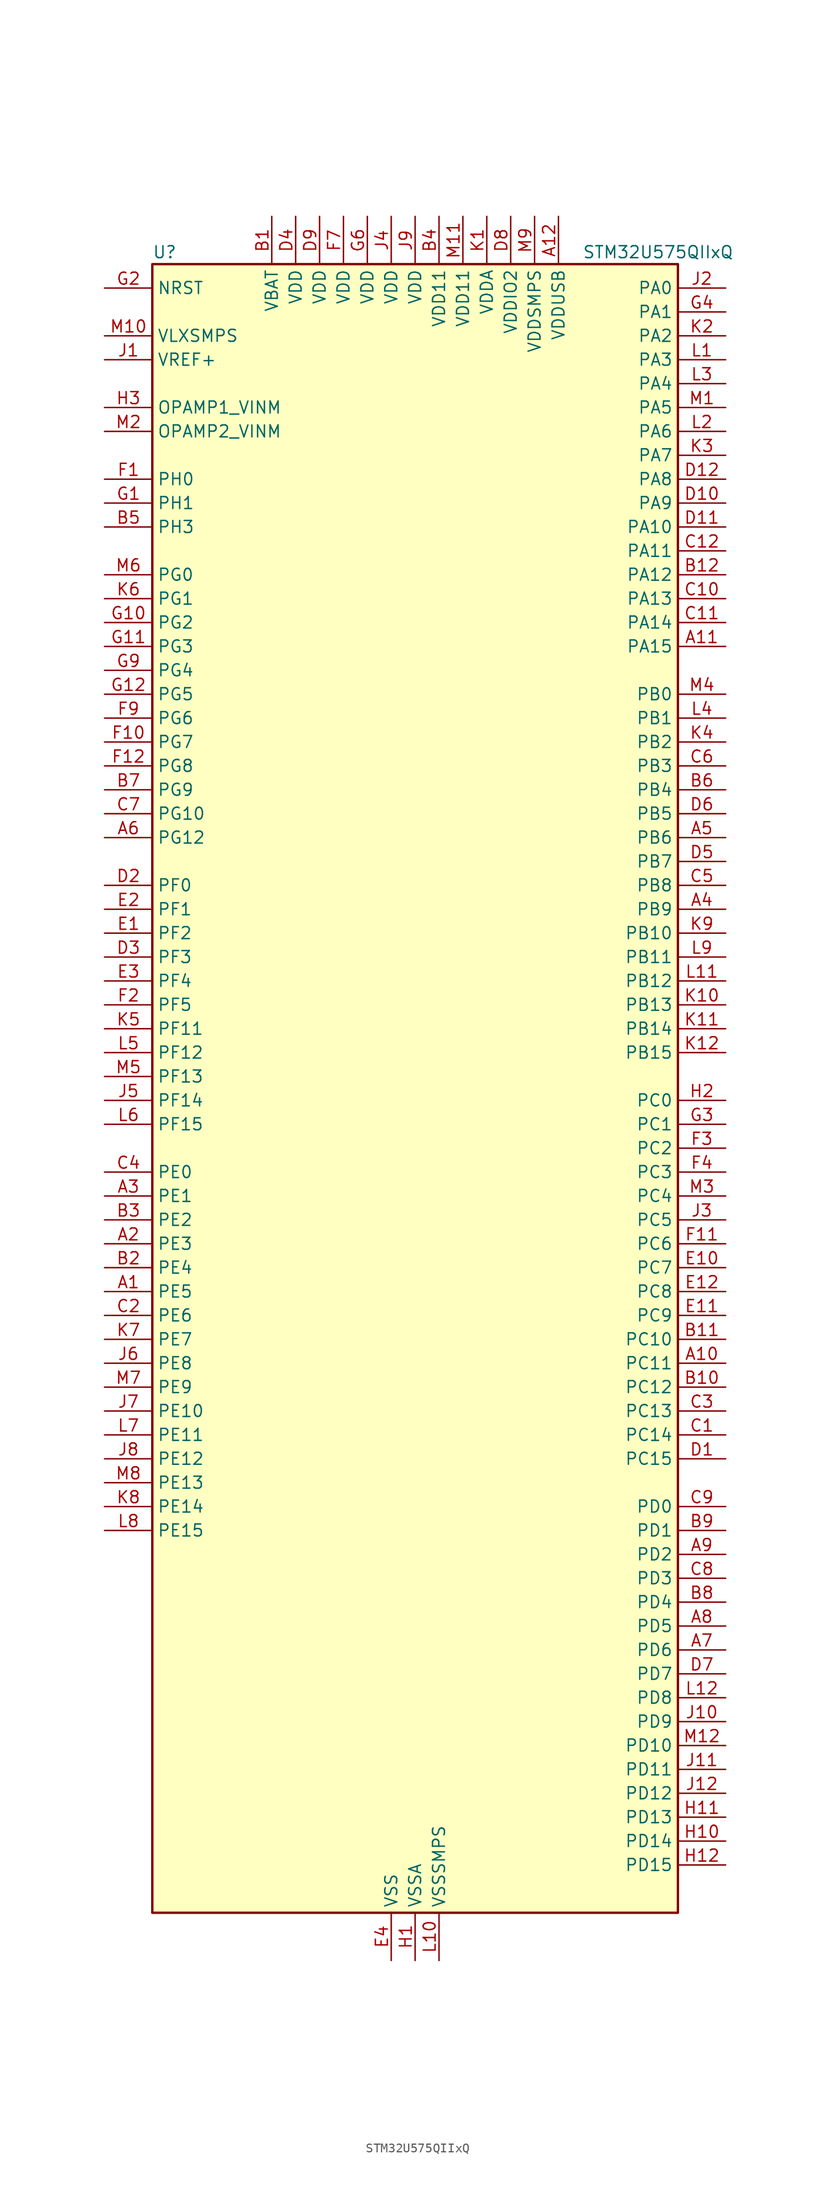
<source format=kicad_sym>
(kicad_symbol_lib
  (version 20211014)
  (generator kicad-library-utils)
  (symbol "STM32U575QIIxQ"
    (property "Reference" "U"
      (at -27.94 90.17 0)
      (effects (font (size 1.27 1.27)) (justify left)))
    (property "Value" "STM32U575QIIxQ"
      (at 17.78 90.17 0)
      (effects (font (size 1.27 1.27)) (justify left)))
    (property "ki_fp_filters" "*UFBGA*7x7mm*Layout12x12*P0.5mm*"
      (at 0.0 0.0 0.0)
      (effects (font (size 1.27 1.27))))
    (symbol "STM32U575QIIxQ_0_1"
      (rectangle (start -27.94 -86.36) (end 27.94 88.9) (stroke (width 0.254)) (fill (type background))))
    (symbol "STM32U575QIIxQ_1_1"
      (pin input line (at -33.02 86.36 0) (length 5.08) (name "NRST" (effects (font (size 1.27 1.27)))) (number "G2" (effects (font (size 1.27 1.27)))))
      (pin power_in line (at -33.02 81.28 0) (length 5.08) (name "VLXSMPS" (effects (font (size 1.27 1.27)))) (number "M10" (effects (font (size 1.27 1.27)))))
      (pin input line (at -33.02 78.74 0) (length 5.08) (name "VREF+" (effects (font (size 1.27 1.27)))) (number "J1" (effects (font (size 1.27 1.27)))) (alternate "VREFBUF_OUT" bidirectional line))
      (pin bidirectional line (at -33.02 73.66 0) (length 5.08) (name "OPAMP1_VINM" (effects (font (size 1.27 1.27)))) (number "H3" (effects (font (size 1.27 1.27)))) (alternate "OPAMP1_VINM" bidirectional line))
      (pin bidirectional line (at -33.02 71.12 0) (length 5.08) (name "OPAMP2_VINM" (effects (font (size 1.27 1.27)))) (number "M2" (effects (font (size 1.27 1.27)))) (alternate "OPAMP2_VINM" bidirectional line))
      (pin bidirectional line (at -33.02 66.04 0) (length 5.08) (name "PH0" (effects (font (size 1.27 1.27)))) (number "F1" (effects (font (size 1.27 1.27)))) (alternate "RCC_OSC_IN" bidirectional line))
      (pin bidirectional line (at -33.02 63.5 0) (length 5.08) (name "PH1" (effects (font (size 1.27 1.27)))) (number "G1" (effects (font (size 1.27 1.27)))) (alternate "RCC_OSC_OUT" bidirectional line))
      (pin bidirectional line (at -33.02 60.96 0) (length 5.08) (name "PH3" (effects (font (size 1.27 1.27)))) (number "B5" (effects (font (size 1.27 1.27)))))
      (pin bidirectional line (at -33.02 55.88 0) (length 5.08) (name "PG0" (effects (font (size 1.27 1.27)))) (number "M6" (effects (font (size 1.27 1.27)))) (alternate "ADC4_IN7" bidirectional line) (alternate "FMC_A10" bidirectional line) (alternate "OCTOSPIM_P2_IO4" bidirectional line) (alternate "TSC_G8_IO3" bidirectional line))
      (pin bidirectional line (at -33.02 53.34 0) (length 5.08) (name "PG1" (effects (font (size 1.27 1.27)))) (number "K6" (effects (font (size 1.27 1.27)))) (alternate "ADC4_IN8" bidirectional line) (alternate "FMC_A11" bidirectional line) (alternate "OCTOSPIM_P2_IO5" bidirectional line) (alternate "TSC_G8_IO4" bidirectional line))
      (pin bidirectional line (at -33.02 50.8 0) (length 5.08) (name "PG2" (effects (font (size 1.27 1.27)))) (number "G10" (effects (font (size 1.27 1.27)))) (alternate "FMC_A12" bidirectional line) (alternate "SAI2_SCK_B" bidirectional line) (alternate "SPI1_SCK" bidirectional line))
      (pin bidirectional line (at -33.02 48.26 0) (length 5.08) (name "PG3" (effects (font (size 1.27 1.27)))) (number "G11" (effects (font (size 1.27 1.27)))) (alternate "FMC_A13" bidirectional line) (alternate "SAI2_FS_B" bidirectional line) (alternate "SPI1_MISO" bidirectional line))
      (pin bidirectional line (at -33.02 45.72 0) (length 5.08) (name "PG4" (effects (font (size 1.27 1.27)))) (number "G9" (effects (font (size 1.27 1.27)))) (alternate "FMC_A14" bidirectional line) (alternate "SAI2_MCLK_B" bidirectional line) (alternate "SPI1_MOSI" bidirectional line))
      (pin bidirectional line (at -33.02 43.18 0) (length 5.08) (name "PG5" (effects (font (size 1.27 1.27)))) (number "G12" (effects (font (size 1.27 1.27)))) (alternate "FMC_A15" bidirectional line) (alternate "LPUART1_CTS" bidirectional line) (alternate "SAI2_SD_B" bidirectional line) (alternate "SPI1_NSS" bidirectional line))
      (pin bidirectional line (at -33.02 40.64 0) (length 5.08) (name "PG6" (effects (font (size 1.27 1.27)))) (number "F9" (effects (font (size 1.27 1.27)))) (alternate "I2C3_SMBA" bidirectional line) (alternate "LPUART1_DE" bidirectional line) (alternate "LPUART1_RTS" bidirectional line) (alternate "OCTOSPIM_P1_DQS" bidirectional line) (alternate "SPI1_RDY" bidirectional line) (alternate "UCPD1_FRSTX1" bidirectional line))
      (pin bidirectional line (at -33.02 38.1 0) (length 5.08) (name "PG7" (effects (font (size 1.27 1.27)))) (number "F10" (effects (font (size 1.27 1.27)))) (alternate "FMC_INT" bidirectional line) (alternate "I2C3_SCL" bidirectional line) (alternate "LPUART1_TX" bidirectional line) (alternate "MDF1_CCK0" bidirectional line) (alternate "OCTOSPIM_P2_DQS" bidirectional line) (alternate "SAI1_CK1" bidirectional line) (alternate "SAI1_MCLK_A" bidirectional line) (alternate "UCPD1_FRSTX2" bidirectional line))
      (pin bidirectional line (at -33.02 35.56 0) (length 5.08) (name "PG8" (effects (font (size 1.27 1.27)))) (number "F12" (effects (font (size 1.27 1.27)))) (alternate "I2C3_SDA" bidirectional line) (alternate "LPUART1_RX" bidirectional line))
      (pin bidirectional line (at -33.02 33.02 0) (length 5.08) (name "PG9" (effects (font (size 1.27 1.27)))) (number "B7" (effects (font (size 1.27 1.27)))) (alternate "DAC1_EXTI9" bidirectional line) (alternate "FMC_NCE" bidirectional line) (alternate "FMC_NE2" bidirectional line) (alternate "OCTOSPIM_P2_IO6" bidirectional line) (alternate "SAI2_SCK_A" bidirectional line) (alternate "SPI3_SCK" bidirectional line) (alternate "TIM15_CH1N" bidirectional line) (alternate "USART1_TX" bidirectional line))
      (pin bidirectional line (at -33.02 30.48 0) (length 5.08) (name "PG10" (effects (font (size 1.27 1.27)))) (number "C7" (effects (font (size 1.27 1.27)))) (alternate "FMC_NE3" bidirectional line) (alternate "LPTIM1_IN1" bidirectional line) (alternate "OCTOSPIM_P2_IO7" bidirectional line) (alternate "SAI2_FS_A" bidirectional line) (alternate "SPI3_MISO" bidirectional line) (alternate "TIM15_CH1" bidirectional line) (alternate "USART1_RX" bidirectional line))
      (pin bidirectional line (at -33.02 27.94 0) (length 5.08) (name "PG12" (effects (font (size 1.27 1.27)))) (number "A6" (effects (font (size 1.27 1.27)))) (alternate "FMC_NE4" bidirectional line) (alternate "LPTIM1_ETR" bidirectional line) (alternate "OCTOSPIM_P2_NCS" bidirectional line) (alternate "SAI2_SD_A" bidirectional line) (alternate "SPI3_NSS" bidirectional line) (alternate "USART1_DE" bidirectional line) (alternate "USART1_RTS" bidirectional line))
      (pin bidirectional line (at -33.02 22.86 0) (length 5.08) (name "PF0" (effects (font (size 1.27 1.27)))) (number "D2" (effects (font (size 1.27 1.27)))) (alternate "FMC_A0" bidirectional line) (alternate "I2C2_SDA" bidirectional line) (alternate "OCTOSPIM_P2_IO0" bidirectional line))
      (pin bidirectional line (at -33.02 20.32 0) (length 5.08) (name "PF1" (effects (font (size 1.27 1.27)))) (number "E2" (effects (font (size 1.27 1.27)))) (alternate "FMC_A1" bidirectional line) (alternate "I2C2_SCL" bidirectional line) (alternate "OCTOSPIM_P2_IO1" bidirectional line))
      (pin bidirectional line (at -33.02 17.78 0) (length 5.08) (name "PF2" (effects (font (size 1.27 1.27)))) (number "E1" (effects (font (size 1.27 1.27)))) (alternate "FMC_A2" bidirectional line) (alternate "I2C2_SMBA" bidirectional line) (alternate "LPTIM3_CH2" bidirectional line) (alternate "OCTOSPIM_P2_IO2" bidirectional line) (alternate "PWR_WKUP8" bidirectional line))
      (pin bidirectional line (at -33.02 15.24 0) (length 5.08) (name "PF3" (effects (font (size 1.27 1.27)))) (number "D3" (effects (font (size 1.27 1.27)))) (alternate "FMC_A3" bidirectional line) (alternate "LPTIM3_IN1" bidirectional line) (alternate "OCTOSPIM_P2_IO3" bidirectional line))
      (pin bidirectional line (at -33.02 12.7 0) (length 5.08) (name "PF4" (effects (font (size 1.27 1.27)))) (number "E3" (effects (font (size 1.27 1.27)))) (alternate "FMC_A4" bidirectional line) (alternate "LPTIM3_ETR" bidirectional line) (alternate "OCTOSPIM_P2_CLK" bidirectional line))
      (pin bidirectional line (at -33.02 10.16 0) (length 5.08) (name "PF5" (effects (font (size 1.27 1.27)))) (number "F2" (effects (font (size 1.27 1.27)))) (alternate "FMC_A5" bidirectional line) (alternate "LPTIM3_CH1" bidirectional line) (alternate "OCTOSPIM_P2_NCLK" bidirectional line))
      (pin bidirectional line (at -33.02 7.62 0) (length 5.08) (name "PF11" (effects (font (size 1.27 1.27)))) (number "K5" (effects (font (size 1.27 1.27)))) (alternate "ADC1_EXTI11" bidirectional line) (alternate "DCMI_D12" bidirectional line) (alternate "LPTIM4_IN1" bidirectional line) (alternate "OCTOSPIM_P1_NCLK" bidirectional line) (alternate "PSSI_D12" bidirectional line))
      (pin bidirectional line (at -33.02 5.08 0) (length 5.08) (name "PF12" (effects (font (size 1.27 1.27)))) (number "L5" (effects (font (size 1.27 1.27)))) (alternate "FMC_A6" bidirectional line) (alternate "LPTIM4_ETR" bidirectional line) (alternate "OCTOSPIM_P2_DQS" bidirectional line))
      (pin bidirectional line (at -33.02 2.54 0) (length 5.08) (name "PF13" (effects (font (size 1.27 1.27)))) (number "M5" (effects (font (size 1.27 1.27)))) (alternate "FMC_A7" bidirectional line) (alternate "I2C4_SMBA" bidirectional line) (alternate "LPTIM4_OUT" bidirectional line) (alternate "UCPD1_FRSTX2" bidirectional line))
      (pin bidirectional line (at -33.02 0.0 0) (length 5.08) (name "PF14" (effects (font (size 1.27 1.27)))) (number "J5" (effects (font (size 1.27 1.27)))) (alternate "ADC4_IN5" bidirectional line) (alternate "FMC_A8" bidirectional line) (alternate "I2C4_SCL" bidirectional line) (alternate "TSC_G8_IO1" bidirectional line))
      (pin bidirectional line (at -33.02 -2.54 0) (length 5.08) (name "PF15" (effects (font (size 1.27 1.27)))) (number "L6" (effects (font (size 1.27 1.27)))) (alternate "ADC1_EXTI15" bidirectional line) (alternate "ADC4_EXTI15" bidirectional line) (alternate "ADC4_IN6" bidirectional line) (alternate "FMC_A9" bidirectional line) (alternate "I2C4_SDA" bidirectional line) (alternate "TSC_G8_IO2" bidirectional line))
      (pin bidirectional line (at -33.02 -7.62 0) (length 5.08) (name "PE0" (effects (font (size 1.27 1.27)))) (number "C4" (effects (font (size 1.27 1.27)))) (alternate "DCMI_D2" bidirectional line) (alternate "FMC_NBL0" bidirectional line) (alternate "PSSI_D2" bidirectional line) (alternate "TIM16_CH1" bidirectional line) (alternate "TIM4_ETR" bidirectional line))
      (pin bidirectional line (at -33.02 -10.16 0) (length 5.08) (name "PE1" (effects (font (size 1.27 1.27)))) (number "A3" (effects (font (size 1.27 1.27)))) (alternate "DCMI_D3" bidirectional line) (alternate "FMC_NBL1" bidirectional line) (alternate "PSSI_D3" bidirectional line) (alternate "TIM17_CH1" bidirectional line))
      (pin bidirectional line (at -33.02 -12.7 0) (length 5.08) (name "PE2" (effects (font (size 1.27 1.27)))) (number "B3" (effects (font (size 1.27 1.27)))) (alternate "DEBUG_TRACECLK" bidirectional line) (alternate "FMC_A23" bidirectional line) (alternate "SAI1_CK1" bidirectional line) (alternate "SAI1_MCLK_A" bidirectional line) (alternate "TIM3_ETR" bidirectional line) (alternate "TSC_G7_IO1" bidirectional line))
      (pin bidirectional line (at -33.02 -15.24 0) (length 5.08) (name "PE3" (effects (font (size 1.27 1.27)))) (number "A2" (effects (font (size 1.27 1.27)))) (alternate "DEBUG_TRACED0" bidirectional line) (alternate "FMC_A19" bidirectional line) (alternate "OCTOSPIM_P1_DQS" bidirectional line) (alternate "SAI1_SD_B" bidirectional line) (alternate "TAMP_IN6" bidirectional line) (alternate "TAMP_OUT3" bidirectional line) (alternate "TIM3_CH1" bidirectional line) (alternate "TSC_G7_IO2" bidirectional line))
      (pin bidirectional line (at -33.02 -17.78 0) (length 5.08) (name "PE4" (effects (font (size 1.27 1.27)))) (number "B2" (effects (font (size 1.27 1.27)))) (alternate "DCMI_D4" bidirectional line) (alternate "DEBUG_TRACED1" bidirectional line) (alternate "FMC_A20" bidirectional line) (alternate "MDF1_SDI3" bidirectional line) (alternate "PSSI_D4" bidirectional line) (alternate "PWR_WKUP1" bidirectional line) (alternate "SAI1_D2" bidirectional line) (alternate "SAI1_FS_A" bidirectional line) (alternate "TAMP_IN7" bidirectional line) (alternate "TAMP_OUT8" bidirectional line) (alternate "TIM3_CH2" bidirectional line) (alternate "TSC_G7_IO3" bidirectional line))
      (pin bidirectional line (at -33.02 -20.32 0) (length 5.08) (name "PE5" (effects (font (size 1.27 1.27)))) (number "A1" (effects (font (size 1.27 1.27)))) (alternate "DCMI_D6" bidirectional line) (alternate "DEBUG_TRACED2" bidirectional line) (alternate "FMC_A21" bidirectional line) (alternate "MDF1_CKI3" bidirectional line) (alternate "PSSI_D6" bidirectional line) (alternate "PWR_WKUP2" bidirectional line) (alternate "SAI1_CK2" bidirectional line) (alternate "SAI1_SCK_A" bidirectional line) (alternate "TAMP_IN8" bidirectional line) (alternate "TAMP_OUT7" bidirectional line) (alternate "TIM3_CH3" bidirectional line) (alternate "TSC_G7_IO4" bidirectional line))
      (pin bidirectional line (at -33.02 -22.86 0) (length 5.08) (name "PE6" (effects (font (size 1.27 1.27)))) (number "C2" (effects (font (size 1.27 1.27)))) (alternate "DCMI_D7" bidirectional line) (alternate "DEBUG_TRACED3" bidirectional line) (alternate "FMC_A22" bidirectional line) (alternate "PSSI_D7" bidirectional line) (alternate "PWR_WKUP3" bidirectional line) (alternate "SAI1_D1" bidirectional line) (alternate "SAI1_SD_A" bidirectional line) (alternate "TAMP_IN3" bidirectional line) (alternate "TAMP_OUT6" bidirectional line) (alternate "TIM3_CH4" bidirectional line))
      (pin bidirectional line (at -33.02 -25.4 0) (length 5.08) (name "PE7" (effects (font (size 1.27 1.27)))) (number "K7" (effects (font (size 1.27 1.27)))) (alternate "FMC_D4" bidirectional line) (alternate "FMC_DA4" bidirectional line) (alternate "MDF1_SDI2" bidirectional line) (alternate "PWR_WKUP6" bidirectional line) (alternate "SAI1_SD_B" bidirectional line) (alternate "TIM1_ETR" bidirectional line))
      (pin bidirectional line (at -33.02 -27.94 0) (length 5.08) (name "PE8" (effects (font (size 1.27 1.27)))) (number "J6" (effects (font (size 1.27 1.27)))) (alternate "FMC_D5" bidirectional line) (alternate "FMC_DA5" bidirectional line) (alternate "MDF1_CKI2" bidirectional line) (alternate "PWR_WKUP7" bidirectional line) (alternate "SAI1_SCK_B" bidirectional line) (alternate "TIM1_CH1N" bidirectional line))
      (pin bidirectional line (at -33.02 -30.48 0) (length 5.08) (name "PE9" (effects (font (size 1.27 1.27)))) (number "M7" (effects (font (size 1.27 1.27)))) (alternate "ADF1_CCK0" bidirectional line) (alternate "DAC1_EXTI9" bidirectional line) (alternate "FMC_D6" bidirectional line) (alternate "FMC_DA6" bidirectional line) (alternate "MDF1_CCK0" bidirectional line) (alternate "OCTOSPIM_P1_NCLK" bidirectional line) (alternate "SAI1_FS_B" bidirectional line) (alternate "TIM1_CH1" bidirectional line))
      (pin bidirectional line (at -33.02 -33.02 0) (length 5.08) (name "PE10" (effects (font (size 1.27 1.27)))) (number "J7" (effects (font (size 1.27 1.27)))) (alternate "ADF1_SDI0" bidirectional line) (alternate "FMC_D7" bidirectional line) (alternate "FMC_DA7" bidirectional line) (alternate "MDF1_SDI4" bidirectional line) (alternate "OCTOSPIM_P1_CLK" bidirectional line) (alternate "SAI1_MCLK_B" bidirectional line) (alternate "TIM1_CH2N" bidirectional line) (alternate "TSC_G5_IO1" bidirectional line))
      (pin bidirectional line (at -33.02 -35.56 0) (length 5.08) (name "PE11" (effects (font (size 1.27 1.27)))) (number "L7" (effects (font (size 1.27 1.27)))) (alternate "ADC1_EXTI11" bidirectional line) (alternate "FMC_D8" bidirectional line) (alternate "FMC_DA8" bidirectional line) (alternate "MDF1_CKI4" bidirectional line) (alternate "OCTOSPIM_P1_NCS" bidirectional line) (alternate "SPI1_RDY" bidirectional line) (alternate "TIM1_CH2" bidirectional line) (alternate "TSC_G5_IO2" bidirectional line))
      (pin bidirectional line (at -33.02 -38.1 0) (length 5.08) (name "PE12" (effects (font (size 1.27 1.27)))) (number "J8" (effects (font (size 1.27 1.27)))) (alternate "FMC_D9" bidirectional line) (alternate "FMC_DA9" bidirectional line) (alternate "MDF1_SDI5" bidirectional line) (alternate "OCTOSPIM_P1_IO0" bidirectional line) (alternate "SPI1_NSS" bidirectional line) (alternate "TIM1_CH3N" bidirectional line) (alternate "TSC_G5_IO3" bidirectional line))
      (pin bidirectional line (at -33.02 -40.64 0) (length 5.08) (name "PE13" (effects (font (size 1.27 1.27)))) (number "M8" (effects (font (size 1.27 1.27)))) (alternate "FMC_D10" bidirectional line) (alternate "FMC_DA10" bidirectional line) (alternate "MDF1_CKI5" bidirectional line) (alternate "OCTOSPIM_P1_IO1" bidirectional line) (alternate "SPI1_SCK" bidirectional line) (alternate "TIM1_CH3" bidirectional line) (alternate "TSC_G5_IO4" bidirectional line))
      (pin bidirectional line (at -33.02 -43.18 0) (length 5.08) (name "PE14" (effects (font (size 1.27 1.27)))) (number "K8" (effects (font (size 1.27 1.27)))) (alternate "FMC_D11" bidirectional line) (alternate "FMC_DA11" bidirectional line) (alternate "OCTOSPIM_P1_IO2" bidirectional line) (alternate "SPI1_MISO" bidirectional line) (alternate "TIM1_BKIN2" bidirectional line) (alternate "TIM1_CH4" bidirectional line))
      (pin bidirectional line (at -33.02 -45.72 0) (length 5.08) (name "PE15" (effects (font (size 1.27 1.27)))) (number "L8" (effects (font (size 1.27 1.27)))) (alternate "ADC1_EXTI15" bidirectional line) (alternate "ADC4_EXTI15" bidirectional line) (alternate "FMC_D12" bidirectional line) (alternate "FMC_DA12" bidirectional line) (alternate "OCTOSPIM_P1_IO3" bidirectional line) (alternate "SPI1_MOSI" bidirectional line) (alternate "TIM1_BKIN" bidirectional line) (alternate "TIM1_CH4N" bidirectional line))
      (pin bidirectional line (at 33.02 86.36 180) (length 5.08) (name "PA0" (effects (font (size 1.27 1.27)))) (number "J2" (effects (font (size 1.27 1.27)))) (alternate "ADC1_IN5" bidirectional line) (alternate "AUDIOCLK" bidirectional line) (alternate "OCTOSPIM_P2_NCS" bidirectional line) (alternate "OPAMP1_VINP" bidirectional line) (alternate "PWR_WKUP1" bidirectional line) (alternate "SDMMC2_CMD" bidirectional line) (alternate "SPI3_RDY" bidirectional line) (alternate "TAMP_IN2" bidirectional line) (alternate "TAMP_OUT1" bidirectional line) (alternate "TIM2_CH1" bidirectional line) (alternate "TIM2_ETR" bidirectional line) (alternate "TIM5_CH1" bidirectional line) (alternate "TIM8_ETR" bidirectional line) (alternate "UART4_TX" bidirectional line) (alternate "USART2_CTS" bidirectional line))
      (pin bidirectional line (at 33.02 83.82 180) (length 5.08) (name "PA1" (effects (font (size 1.27 1.27)))) (number "G4" (effects (font (size 1.27 1.27)))) (alternate "ADC1_IN6" bidirectional line) (alternate "I2C1_SMBA" bidirectional line) (alternate "LPTIM1_CH2" bidirectional line) (alternate "OCTOSPIM_P1_DQS" bidirectional line) (alternate "OPAMP1_VINM" bidirectional line) (alternate "PWR_WKUP3" bidirectional line) (alternate "SPI1_SCK" bidirectional line) (alternate "TAMP_IN5" bidirectional line) (alternate "TAMP_OUT4" bidirectional line) (alternate "TIM15_CH1N" bidirectional line) (alternate "TIM2_CH2" bidirectional line) (alternate "TIM5_CH2" bidirectional line) (alternate "UART4_RX" bidirectional line) (alternate "USART2_DE" bidirectional line) (alternate "USART2_RTS" bidirectional line))
      (pin bidirectional line (at 33.02 81.28 180) (length 5.08) (name "PA2" (effects (font (size 1.27 1.27)))) (number "K2" (effects (font (size 1.27 1.27)))) (alternate "ADC1_IN7" bidirectional line) (alternate "COMP1_INP" bidirectional line) (alternate "LPUART1_TX" bidirectional line) (alternate "OCTOSPIM_P1_NCS" bidirectional line) (alternate "PWR_WKUP4" bidirectional line) (alternate "RCC_LSCO" bidirectional line) (alternate "SPI1_RDY" bidirectional line) (alternate "TIM15_CH1" bidirectional line) (alternate "TIM2_CH3" bidirectional line) (alternate "TIM5_CH3" bidirectional line) (alternate "UCPD1_FRSTX1" bidirectional line) (alternate "USART2_TX" bidirectional line))
      (pin bidirectional line (at 33.02 78.74 180) (length 5.08) (name "PA3" (effects (font (size 1.27 1.27)))) (number "L1" (effects (font (size 1.27 1.27)))) (alternate "ADC1_IN8" bidirectional line) (alternate "LPUART1_RX" bidirectional line) (alternate "OCTOSPIM_P1_CLK" bidirectional line) (alternate "OPAMP1_VOUT" bidirectional line) (alternate "PWR_WKUP5" bidirectional line) (alternate "SAI1_CK1" bidirectional line) (alternate "SAI1_MCLK_A" bidirectional line) (alternate "TIM15_CH2" bidirectional line) (alternate "TIM2_CH4" bidirectional line) (alternate "TIM5_CH4" bidirectional line) (alternate "USART2_RX" bidirectional line))
      (pin bidirectional line (at 33.02 76.2 180) (length 5.08) (name "PA4" (effects (font (size 1.27 1.27)))) (number "L3" (effects (font (size 1.27 1.27)))) (alternate "ADC1_IN9" bidirectional line) (alternate "ADC4_IN9" bidirectional line) (alternate "DAC1_OUT1" bidirectional line) (alternate "DCMI_HSYNC" bidirectional line) (alternate "LPTIM2_CH1" bidirectional line) (alternate "OCTOSPIM_P1_NCS" bidirectional line) (alternate "PSSI_DE" bidirectional line) (alternate "PWR_WKUP2" bidirectional line) (alternate "SAI1_FS_B" bidirectional line) (alternate "SPI1_NSS" bidirectional line) (alternate "SPI3_NSS" bidirectional line) (alternate "USART2_CK" bidirectional line))
      (pin bidirectional line (at 33.02 73.66 180) (length 5.08) (name "PA5" (effects (font (size 1.27 1.27)))) (number "M1" (effects (font (size 1.27 1.27)))) (alternate "ADC1_IN10" bidirectional line) (alternate "ADC4_IN10" bidirectional line) (alternate "DAC1_OUT2" bidirectional line) (alternate "LPTIM2_ETR" bidirectional line) (alternate "PSSI_D14" bidirectional line) (alternate "PWR_CSLEEP" bidirectional line) (alternate "PWR_WKUP6" bidirectional line) (alternate "SPI1_SCK" bidirectional line) (alternate "TIM2_CH1" bidirectional line) (alternate "TIM2_ETR" bidirectional line) (alternate "TIM8_CH1N" bidirectional line) (alternate "USART3_RX" bidirectional line))
      (pin bidirectional line (at 33.02 71.12 180) (length 5.08) (name "PA6" (effects (font (size 1.27 1.27)))) (number "L2" (effects (font (size 1.27 1.27)))) (alternate "ADC1_IN11" bidirectional line) (alternate "ADC4_IN11" bidirectional line) (alternate "DCMI_PIXCLK" bidirectional line) (alternate "LPUART1_CTS" bidirectional line) (alternate "OCTOSPIM_P1_IO3" bidirectional line) (alternate "OPAMP2_VINP" bidirectional line) (alternate "PSSI_PDCK" bidirectional line) (alternate "PWR_CDSTOP" bidirectional line) (alternate "PWR_WKUP7" bidirectional line) (alternate "SPI1_MISO" bidirectional line) (alternate "TIM16_CH1" bidirectional line) (alternate "TIM1_BKIN" bidirectional line) (alternate "TIM3_CH1" bidirectional line) (alternate "TIM8_BKIN" bidirectional line) (alternate "USART3_CTS" bidirectional line))
      (pin bidirectional line (at 33.02 68.58 180) (length 5.08) (name "PA7" (effects (font (size 1.27 1.27)))) (number "K3" (effects (font (size 1.27 1.27)))) (alternate "ADC1_IN12" bidirectional line) (alternate "ADC4_IN20" bidirectional line) (alternate "I2C3_SCL" bidirectional line) (alternate "LPTIM2_CH2" bidirectional line) (alternate "OCTOSPIM_P1_IO2" bidirectional line) (alternate "OPAMP2_VINM" bidirectional line) (alternate "PWR_SRDSTOP" bidirectional line) (alternate "PWR_WKUP8" bidirectional line) (alternate "SPI1_MOSI" bidirectional line) (alternate "TIM17_CH1" bidirectional line) (alternate "TIM1_CH1N" bidirectional line) (alternate "TIM3_CH2" bidirectional line) (alternate "TIM8_CH1N" bidirectional line) (alternate "USART3_TX" bidirectional line))
      (pin bidirectional line (at 33.02 66.04 180) (length 5.08) (name "PA8" (effects (font (size 1.27 1.27)))) (number "D12" (effects (font (size 1.27 1.27)))) (alternate "DEBUG_TRACECLK" bidirectional line) (alternate "LPTIM2_CH1" bidirectional line) (alternate "RCC_MCO" bidirectional line) (alternate "SAI1_CK2" bidirectional line) (alternate "SAI1_SCK_A" bidirectional line) (alternate "SPI1_RDY" bidirectional line) (alternate "TIM1_CH1" bidirectional line) (alternate "USART1_CK" bidirectional line) (alternate "USB_OTG_FS_SOF" bidirectional line))
      (pin bidirectional line (at 33.02 63.5 180) (length 5.08) (name "PA9" (effects (font (size 1.27 1.27)))) (number "D10" (effects (font (size 1.27 1.27)))) (alternate "DAC1_EXTI9" bidirectional line) (alternate "DCMI_D0" bidirectional line) (alternate "PSSI_D0" bidirectional line) (alternate "SAI1_FS_A" bidirectional line) (alternate "SPI2_SCK" bidirectional line) (alternate "TIM15_BKIN" bidirectional line) (alternate "TIM1_CH2" bidirectional line) (alternate "USART1_TX" bidirectional line) (alternate "USB_OTG_FS_VBUS" bidirectional line))
      (pin bidirectional line (at 33.02 60.96 180) (length 5.08) (name "PA10" (effects (font (size 1.27 1.27)))) (number "D11" (effects (font (size 1.27 1.27)))) (alternate "CRS_SYNC" bidirectional line) (alternate "DCMI_D1" bidirectional line) (alternate "LPTIM2_IN2" bidirectional line) (alternate "PSSI_D1" bidirectional line) (alternate "SAI1_D1" bidirectional line) (alternate "SAI1_SD_A" bidirectional line) (alternate "TIM17_BKIN" bidirectional line) (alternate "TIM1_CH3" bidirectional line) (alternate "USART1_RX" bidirectional line) (alternate "USB_OTG_FS_ID" bidirectional line))
      (pin bidirectional line (at 33.02 58.42 180) (length 5.08) (name "PA11" (effects (font (size 1.27 1.27)))) (number "C12" (effects (font (size 1.27 1.27)))) (alternate "ADC1_EXTI11" bidirectional line) (alternate "FDCAN1_RX" bidirectional line) (alternate "SPI1_MISO" bidirectional line) (alternate "TIM1_BKIN2" bidirectional line) (alternate "TIM1_CH4" bidirectional line) (alternate "USART1_CTS" bidirectional line) (alternate "USB_OTG_FS_DM" bidirectional line))
      (pin bidirectional line (at 33.02 55.88 180) (length 5.08) (name "PA12" (effects (font (size 1.27 1.27)))) (number "B12" (effects (font (size 1.27 1.27)))) (alternate "FDCAN1_TX" bidirectional line) (alternate "OCTOSPIM_P2_NCS" bidirectional line) (alternate "SPI1_MOSI" bidirectional line) (alternate "TIM1_ETR" bidirectional line) (alternate "USART1_DE" bidirectional line) (alternate "USART1_RTS" bidirectional line) (alternate "USB_OTG_FS_DP" bidirectional line))
      (pin bidirectional line (at 33.02 53.34 180) (length 5.08) (name "PA13" (effects (font (size 1.27 1.27)))) (number "C10" (effects (font (size 1.27 1.27)))) (alternate "DEBUG_JTMS-SWDIO" bidirectional line) (alternate "IR_OUT" bidirectional line) (alternate "SAI1_SD_B" bidirectional line) (alternate "USB_OTG_FS_NOE" bidirectional line))
      (pin bidirectional line (at 33.02 50.8 180) (length 5.08) (name "PA14" (effects (font (size 1.27 1.27)))) (number "C11" (effects (font (size 1.27 1.27)))) (alternate "DEBUG_JTCK-SWCLK" bidirectional line) (alternate "I2C1_SMBA" bidirectional line) (alternate "I2C4_SMBA" bidirectional line) (alternate "LPTIM1_CH1" bidirectional line) (alternate "SAI1_FS_B" bidirectional line) (alternate "USB_OTG_FS_SOF" bidirectional line))
      (pin bidirectional line (at 33.02 48.26 180) (length 5.08) (name "PA15" (effects (font (size 1.27 1.27)))) (number "A11" (effects (font (size 1.27 1.27)))) (alternate "ADC1_EXTI15" bidirectional line) (alternate "ADC4_EXTI15" bidirectional line) (alternate "DEBUG_JTDI" bidirectional line) (alternate "SAI2_FS_B" bidirectional line) (alternate "SPI1_NSS" bidirectional line) (alternate "SPI3_NSS" bidirectional line) (alternate "TIM2_CH1" bidirectional line) (alternate "TIM2_ETR" bidirectional line) (alternate "UART4_DE" bidirectional line) (alternate "UART4_RTS" bidirectional line) (alternate "UCPD1_CC1" bidirectional line) (alternate "USART2_RX" bidirectional line) (alternate "USART3_DE" bidirectional line) (alternate "USART3_RTS" bidirectional line))
      (pin bidirectional line (at 33.02 43.18 180) (length 5.08) (name "PB0" (effects (font (size 1.27 1.27)))) (number "M4" (effects (font (size 1.27 1.27)))) (alternate "ADC1_IN15" bidirectional line) (alternate "ADC4_IN18" bidirectional line) (alternate "AUDIOCLK" bidirectional line) (alternate "COMP1_OUT" bidirectional line) (alternate "LPTIM3_CH1" bidirectional line) (alternate "OCTOSPIM_P1_IO1" bidirectional line) (alternate "OPAMP2_VOUT" bidirectional line) (alternate "SPI1_NSS" bidirectional line) (alternate "TIM1_CH2N" bidirectional line) (alternate "TIM3_CH3" bidirectional line) (alternate "TIM8_CH2N" bidirectional line) (alternate "USART3_CK" bidirectional line))
      (pin bidirectional line (at 33.02 40.64 180) (length 5.08) (name "PB1" (effects (font (size 1.27 1.27)))) (number "L4" (effects (font (size 1.27 1.27)))) (alternate "ADC1_IN16" bidirectional line) (alternate "ADC4_IN19" bidirectional line) (alternate "COMP1_INM" bidirectional line) (alternate "LPTIM2_IN1" bidirectional line) (alternate "LPTIM3_CH2" bidirectional line) (alternate "LPUART1_DE" bidirectional line) (alternate "LPUART1_RTS" bidirectional line) (alternate "MDF1_SDI0" bidirectional line) (alternate "OCTOSPIM_P1_IO0" bidirectional line) (alternate "PWR_WKUP4" bidirectional line) (alternate "TIM1_CH3N" bidirectional line) (alternate "TIM3_CH4" bidirectional line) (alternate "TIM8_CH3N" bidirectional line) (alternate "USART3_DE" bidirectional line) (alternate "USART3_RTS" bidirectional line))
      (pin bidirectional line (at 33.02 38.1 180) (length 5.08) (name "PB2" (effects (font (size 1.27 1.27)))) (number "K4" (effects (font (size 1.27 1.27)))) (alternate "ADC1_IN17" bidirectional line) (alternate "COMP1_INP" bidirectional line) (alternate "I2C3_SMBA" bidirectional line) (alternate "LPTIM1_CH1" bidirectional line) (alternate "MDF1_CKI0" bidirectional line) (alternate "OCTOSPIM_P1_DQS" bidirectional line) (alternate "PWR_WKUP1" bidirectional line) (alternate "RTC_OUT2" bidirectional line) (alternate "SPI1_RDY" bidirectional line) (alternate "TIM8_CH4N" bidirectional line) (alternate "UCPD1_FRSTX1" bidirectional line))
      (pin bidirectional line (at 33.02 35.56 180) (length 5.08) (name "PB3" (effects (font (size 1.27 1.27)))) (number "C6" (effects (font (size 1.27 1.27)))) (alternate "ADF1_CCK0" bidirectional line) (alternate "COMP2_INM" bidirectional line) (alternate "CRS_SYNC" bidirectional line) (alternate "DEBUG_JTDO-SWO" bidirectional line) (alternate "I2C1_SDA" bidirectional line) (alternate "LPTIM1_CH1" bidirectional line) (alternate "SAI1_SCK_B" bidirectional line) (alternate "SDMMC2_D2" bidirectional line) (alternate "SPI1_SCK" bidirectional line) (alternate "SPI3_SCK" bidirectional line) (alternate "TIM2_CH2" bidirectional line) (alternate "USART1_DE" bidirectional line) (alternate "USART1_RTS" bidirectional line))
      (pin bidirectional line (at 33.02 33.02 180) (length 5.08) (name "PB4" (effects (font (size 1.27 1.27)))) (number "B6" (effects (font (size 1.27 1.27)))) (alternate "ADF1_SDI0" bidirectional line) (alternate "COMP2_INP" bidirectional line) (alternate "DCMI_D12" bidirectional line) (alternate "DEBUG_JTRST" bidirectional line) (alternate "I2C3_SDA" bidirectional line) (alternate "LPTIM1_CH2" bidirectional line) (alternate "PSSI_D12" bidirectional line) (alternate "SAI1_MCLK_B" bidirectional line) (alternate "SDMMC2_D3" bidirectional line) (alternate "SPI1_MISO" bidirectional line) (alternate "SPI3_MISO" bidirectional line) (alternate "TIM17_BKIN" bidirectional line) (alternate "TIM3_CH1" bidirectional line) (alternate "TSC_G2_IO1" bidirectional line) (alternate "UART5_DE" bidirectional line) (alternate "UART5_RTS" bidirectional line) (alternate "USART1_CTS" bidirectional line))
      (pin bidirectional line (at 33.02 30.48 180) (length 5.08) (name "PB5" (effects (font (size 1.27 1.27)))) (number "D6" (effects (font (size 1.27 1.27)))) (alternate "COMP2_OUT" bidirectional line) (alternate "DCMI_D10" bidirectional line) (alternate "I2C1_SMBA" bidirectional line) (alternate "LPTIM1_IN1" bidirectional line) (alternate "OCTOSPIM_P1_NCLK" bidirectional line) (alternate "PSSI_D10" bidirectional line) (alternate "PWR_WKUP6" bidirectional line) (alternate "SAI1_SD_B" bidirectional line) (alternate "SPI1_MOSI" bidirectional line) (alternate "SPI3_MOSI" bidirectional line) (alternate "TIM16_BKIN" bidirectional line) (alternate "TIM3_CH2" bidirectional line) (alternate "TSC_G2_IO2" bidirectional line) (alternate "UART5_CTS" bidirectional line) (alternate "UCPD1_DBCC1" bidirectional line) (alternate "USART1_CK" bidirectional line))
      (pin bidirectional line (at 33.02 27.94 180) (length 5.08) (name "PB6" (effects (font (size 1.27 1.27)))) (number "A5" (effects (font (size 1.27 1.27)))) (alternate "COMP2_INP" bidirectional line) (alternate "DCMI_D5" bidirectional line) (alternate "I2C1_SCL" bidirectional line) (alternate "I2C4_SCL" bidirectional line) (alternate "LPTIM1_ETR" bidirectional line) (alternate "MDF1_SDI5" bidirectional line) (alternate "PSSI_D5" bidirectional line) (alternate "PWR_WKUP3" bidirectional line) (alternate "SAI1_FS_B" bidirectional line) (alternate "TIM16_CH1N" bidirectional line) (alternate "TIM4_CH1" bidirectional line) (alternate "TIM8_BKIN2" bidirectional line) (alternate "TSC_G2_IO3" bidirectional line) (alternate "USART1_TX" bidirectional line))
      (pin bidirectional line (at 33.02 25.4 180) (length 5.08) (name "PB7" (effects (font (size 1.27 1.27)))) (number "D5" (effects (font (size 1.27 1.27)))) (alternate "COMP2_INM" bidirectional line) (alternate "DCMI_VSYNC" bidirectional line) (alternate "FMC_NL" bidirectional line) (alternate "I2C1_SDA" bidirectional line) (alternate "I2C4_SDA" bidirectional line) (alternate "LPTIM1_IN2" bidirectional line) (alternate "MDF1_CKI5" bidirectional line) (alternate "PSSI_RDY" bidirectional line) (alternate "PWR_PVD_IN" bidirectional line) (alternate "PWR_WKUP4" bidirectional line) (alternate "TIM17_CH1N" bidirectional line) (alternate "TIM4_CH2" bidirectional line) (alternate "TIM8_BKIN" bidirectional line) (alternate "TSC_G2_IO4" bidirectional line) (alternate "UART4_CTS" bidirectional line) (alternate "USART1_RX" bidirectional line))
      (pin bidirectional line (at 33.02 22.86 180) (length 5.08) (name "PB8" (effects (font (size 1.27 1.27)))) (number "C5" (effects (font (size 1.27 1.27)))) (alternate "DCMI_D6" bidirectional line) (alternate "FDCAN1_RX" bidirectional line) (alternate "I2C1_SCL" bidirectional line) (alternate "MDF1_CCK0" bidirectional line) (alternate "PSSI_D6" bidirectional line) (alternate "PWR_WKUP5" bidirectional line) (alternate "SAI1_CK1" bidirectional line) (alternate "SAI1_MCLK_A" bidirectional line) (alternate "SDMMC1_CKIN" bidirectional line) (alternate "SDMMC1_D4" bidirectional line) (alternate "SDMMC2_D4" bidirectional line) (alternate "SPI3_RDY" bidirectional line) (alternate "TIM16_CH1" bidirectional line) (alternate "TIM4_CH3" bidirectional line))
      (pin bidirectional line (at 33.02 20.32 180) (length 5.08) (name "PB9" (effects (font (size 1.27 1.27)))) (number "A4" (effects (font (size 1.27 1.27)))) (alternate "DAC1_EXTI9" bidirectional line) (alternate "DCMI_D7" bidirectional line) (alternate "FDCAN1_TX" bidirectional line) (alternate "I2C1_SDA" bidirectional line) (alternate "IR_OUT" bidirectional line) (alternate "PSSI_D7" bidirectional line) (alternate "SAI1_D2" bidirectional line) (alternate "SAI1_FS_A" bidirectional line) (alternate "SDMMC1_CDIR" bidirectional line) (alternate "SDMMC1_D5" bidirectional line) (alternate "SDMMC2_D5" bidirectional line) (alternate "SPI2_NSS" bidirectional line) (alternate "TIM17_CH1" bidirectional line) (alternate "TIM4_CH4" bidirectional line))
      (pin bidirectional line (at 33.02 17.78 180) (length 5.08) (name "PB10" (effects (font (size 1.27 1.27)))) (number "K9" (effects (font (size 1.27 1.27)))) (alternate "COMP1_OUT" bidirectional line) (alternate "I2C2_SCL" bidirectional line) (alternate "I2C4_SCL" bidirectional line) (alternate "LPTIM3_CH1" bidirectional line) (alternate "LPUART1_RX" bidirectional line) (alternate "OCTOSPIM_P1_CLK" bidirectional line) (alternate "PWR_WKUP8" bidirectional line) (alternate "SAI1_SCK_A" bidirectional line) (alternate "SPI2_SCK" bidirectional line) (alternate "TIM2_CH3" bidirectional line) (alternate "TSC_SYNC" bidirectional line) (alternate "USART3_TX" bidirectional line))
      (pin bidirectional line (at 33.02 15.24 180) (length 5.08) (name "PB11" (effects (font (size 1.27 1.27)))) (number "L9" (effects (font (size 1.27 1.27)))) (alternate "ADC1_EXTI11" bidirectional line) (alternate "COMP2_OUT" bidirectional line) (alternate "I2C2_SDA" bidirectional line) (alternate "I2C4_SDA" bidirectional line) (alternate "LPUART1_TX" bidirectional line) (alternate "OCTOSPIM_P1_NCS" bidirectional line) (alternate "SPI2_RDY" bidirectional line) (alternate "TIM2_CH4" bidirectional line) (alternate "USART3_RX" bidirectional line))
      (pin bidirectional line (at 33.02 12.7 180) (length 5.08) (name "PB12" (effects (font (size 1.27 1.27)))) (number "L11" (effects (font (size 1.27 1.27)))) (alternate "I2C2_SMBA" bidirectional line) (alternate "LPUART1_DE" bidirectional line) (alternate "LPUART1_RTS" bidirectional line) (alternate "MDF1_SDI1" bidirectional line) (alternate "OCTOSPIM_P1_NCLK" bidirectional line) (alternate "SAI2_FS_A" bidirectional line) (alternate "SPI2_NSS" bidirectional line) (alternate "TIM15_BKIN" bidirectional line) (alternate "TIM1_BKIN" bidirectional line) (alternate "TSC_G1_IO1" bidirectional line) (alternate "USART3_CK" bidirectional line))
      (pin bidirectional line (at 33.02 10.16 180) (length 5.08) (name "PB13" (effects (font (size 1.27 1.27)))) (number "K10" (effects (font (size 1.27 1.27)))) (alternate "I2C2_SCL" bidirectional line) (alternate "LPTIM3_IN1" bidirectional line) (alternate "LPUART1_CTS" bidirectional line) (alternate "MDF1_CKI1" bidirectional line) (alternate "SAI2_SCK_A" bidirectional line) (alternate "SPI2_SCK" bidirectional line) (alternate "TIM15_CH1N" bidirectional line) (alternate "TIM1_CH1N" bidirectional line) (alternate "TSC_G1_IO2" bidirectional line) (alternate "USART3_CTS" bidirectional line))
      (pin bidirectional line (at 33.02 7.62 180) (length 5.08) (name "PB14" (effects (font (size 1.27 1.27)))) (number "K11" (effects (font (size 1.27 1.27)))) (alternate "I2C2_SDA" bidirectional line) (alternate "LPTIM3_ETR" bidirectional line) (alternate "MDF1_SDI2" bidirectional line) (alternate "SAI2_MCLK_A" bidirectional line) (alternate "SDMMC2_D0" bidirectional line) (alternate "SPI2_MISO" bidirectional line) (alternate "TIM15_CH1" bidirectional line) (alternate "TIM1_CH2N" bidirectional line) (alternate "TIM8_CH2N" bidirectional line) (alternate "TSC_G1_IO3" bidirectional line) (alternate "UCPD1_DBCC2" bidirectional line) (alternate "USART3_DE" bidirectional line) (alternate "USART3_RTS" bidirectional line))
      (pin bidirectional line (at 33.02 5.08 180) (length 5.08) (name "PB15" (effects (font (size 1.27 1.27)))) (number "K12" (effects (font (size 1.27 1.27)))) (alternate "ADC1_EXTI15" bidirectional line) (alternate "ADC4_EXTI15" bidirectional line) (alternate "FMC_NBL1" bidirectional line) (alternate "LPTIM2_IN2" bidirectional line) (alternate "MDF1_CKI2" bidirectional line) (alternate "PWR_WKUP7" bidirectional line) (alternate "RTC_REFIN" bidirectional line) (alternate "SAI2_SD_A" bidirectional line) (alternate "SDMMC2_D1" bidirectional line) (alternate "SPI2_MOSI" bidirectional line) (alternate "TIM15_CH2" bidirectional line) (alternate "TIM1_CH3N" bidirectional line) (alternate "TIM8_CH3N" bidirectional line) (alternate "UCPD1_CC2" bidirectional line))
      (pin bidirectional line (at 33.02 0.0 180) (length 5.08) (name "PC0" (effects (font (size 1.27 1.27)))) (number "H2" (effects (font (size 1.27 1.27)))) (alternate "ADC1_IN1" bidirectional line) (alternate "ADC4_IN1" bidirectional line) (alternate "I2C3_SCL" bidirectional line) (alternate "LPTIM1_IN1" bidirectional line) (alternate "LPTIM2_IN1" bidirectional line) (alternate "LPUART1_RX" bidirectional line) (alternate "MDF1_SDI4" bidirectional line) (alternate "OCTOSPIM_P1_IO7" bidirectional line) (alternate "SAI2_FS_A" bidirectional line) (alternate "SDMMC1_D5" bidirectional line) (alternate "SPI2_RDY" bidirectional line))
      (pin bidirectional line (at 33.02 -2.54 180) (length 5.08) (name "PC1" (effects (font (size 1.27 1.27)))) (number "G3" (effects (font (size 1.27 1.27)))) (alternate "ADC1_IN2" bidirectional line) (alternate "ADC4_IN2" bidirectional line) (alternate "DEBUG_TRACED0" bidirectional line) (alternate "I2C3_SDA" bidirectional line) (alternate "LPTIM1_CH1" bidirectional line) (alternate "LPUART1_TX" bidirectional line) (alternate "MDF1_CKI4" bidirectional line) (alternate "OCTOSPIM_P1_IO4" bidirectional line) (alternate "SAI1_SD_A" bidirectional line) (alternate "SDMMC2_CK" bidirectional line) (alternate "SPI2_MOSI" bidirectional line))
      (pin bidirectional line (at 33.02 -5.08 180) (length 5.08) (name "PC2" (effects (font (size 1.27 1.27)))) (number "F3" (effects (font (size 1.27 1.27)))) (alternate "ADC1_IN3" bidirectional line) (alternate "ADC4_IN3" bidirectional line) (alternate "LPTIM1_IN2" bidirectional line) (alternate "MDF1_CCK1" bidirectional line) (alternate "OCTOSPIM_P1_IO5" bidirectional line) (alternate "SPI2_MISO" bidirectional line))
      (pin bidirectional line (at 33.02 -7.62 180) (length 5.08) (name "PC3" (effects (font (size 1.27 1.27)))) (number "F4" (effects (font (size 1.27 1.27)))) (alternate "ADC1_IN4" bidirectional line) (alternate "ADC4_IN4" bidirectional line) (alternate "LPTIM1_ETR" bidirectional line) (alternate "LPTIM2_ETR" bidirectional line) (alternate "LPTIM3_CH1" bidirectional line) (alternate "OCTOSPIM_P1_IO6" bidirectional line) (alternate "SAI1_D1" bidirectional line) (alternate "SAI1_SD_A" bidirectional line) (alternate "SPI2_MOSI" bidirectional line))
      (pin bidirectional line (at 33.02 -10.16 180) (length 5.08) (name "PC4" (effects (font (size 1.27 1.27)))) (number "M3" (effects (font (size 1.27 1.27)))) (alternate "ADC1_IN13" bidirectional line) (alternate "ADC4_IN22" bidirectional line) (alternate "COMP1_INM" bidirectional line) (alternate "OCTOSPIM_P1_IO7" bidirectional line) (alternate "USART3_TX" bidirectional line))
      (pin bidirectional line (at 33.02 -12.7 180) (length 5.08) (name "PC5" (effects (font (size 1.27 1.27)))) (number "J3" (effects (font (size 1.27 1.27)))) (alternate "ADC1_IN14" bidirectional line) (alternate "ADC4_IN23" bidirectional line) (alternate "COMP1_INP" bidirectional line) (alternate "PSSI_D15" bidirectional line) (alternate "PWR_WKUP5" bidirectional line) (alternate "SAI1_D3" bidirectional line) (alternate "TAMP_IN4" bidirectional line) (alternate "TAMP_OUT5" bidirectional line) (alternate "TIM1_CH4N" bidirectional line) (alternate "USART3_RX" bidirectional line))
      (pin bidirectional line (at 33.02 -15.24 180) (length 5.08) (name "PC6" (effects (font (size 1.27 1.27)))) (number "F11" (effects (font (size 1.27 1.27)))) (alternate "DCMI_D0" bidirectional line) (alternate "MDF1_CKI3" bidirectional line) (alternate "PSSI_D0" bidirectional line) (alternate "PWR_CSLEEP" bidirectional line) (alternate "SAI2_MCLK_A" bidirectional line) (alternate "SDMMC1_D0DIR" bidirectional line) (alternate "SDMMC1_D6" bidirectional line) (alternate "SDMMC2_D6" bidirectional line) (alternate "TIM3_CH1" bidirectional line) (alternate "TIM8_CH1" bidirectional line) (alternate "TSC_G4_IO1" bidirectional line))
      (pin bidirectional line (at 33.02 -17.78 180) (length 5.08) (name "PC7" (effects (font (size 1.27 1.27)))) (number "E10" (effects (font (size 1.27 1.27)))) (alternate "DCMI_D1" bidirectional line) (alternate "LPTIM2_CH2" bidirectional line) (alternate "MDF1_SDI3" bidirectional line) (alternate "PSSI_D1" bidirectional line) (alternate "PWR_CDSTOP" bidirectional line) (alternate "SAI2_MCLK_B" bidirectional line) (alternate "SDMMC1_D123DIR" bidirectional line) (alternate "SDMMC1_D7" bidirectional line) (alternate "SDMMC2_D7" bidirectional line) (alternate "TIM3_CH2" bidirectional line) (alternate "TIM8_CH2" bidirectional line) (alternate "TSC_G4_IO2" bidirectional line))
      (pin bidirectional line (at 33.02 -20.32 180) (length 5.08) (name "PC8" (effects (font (size 1.27 1.27)))) (number "E12" (effects (font (size 1.27 1.27)))) (alternate "DCMI_D2" bidirectional line) (alternate "LPTIM3_CH1" bidirectional line) (alternate "PSSI_D2" bidirectional line) (alternate "PWR_SRDSTOP" bidirectional line) (alternate "SDMMC1_D0" bidirectional line) (alternate "TIM3_CH3" bidirectional line) (alternate "TIM8_CH3" bidirectional line) (alternate "TSC_G4_IO3" bidirectional line))
      (pin bidirectional line (at 33.02 -22.86 180) (length 5.08) (name "PC9" (effects (font (size 1.27 1.27)))) (number "E11" (effects (font (size 1.27 1.27)))) (alternate "DAC1_EXTI9" bidirectional line) (alternate "DCMI_D3" bidirectional line) (alternate "DEBUG_TRACED0" bidirectional line) (alternate "LPTIM3_CH2" bidirectional line) (alternate "PSSI_D3" bidirectional line) (alternate "SDMMC1_D1" bidirectional line) (alternate "TIM3_CH4" bidirectional line) (alternate "TIM8_BKIN2" bidirectional line) (alternate "TIM8_CH4" bidirectional line) (alternate "TSC_G4_IO4" bidirectional line) (alternate "USB_OTG_FS_NOE" bidirectional line))
      (pin bidirectional line (at 33.02 -25.4 180) (length 5.08) (name "PC10" (effects (font (size 1.27 1.27)))) (number "B11" (effects (font (size 1.27 1.27)))) (alternate "ADF1_CCK1" bidirectional line) (alternate "DCMI_D8" bidirectional line) (alternate "DEBUG_TRACED1" bidirectional line) (alternate "LPTIM3_ETR" bidirectional line) (alternate "PSSI_D8" bidirectional line) (alternate "SAI2_SCK_B" bidirectional line) (alternate "SDMMC1_D2" bidirectional line) (alternate "SPI3_SCK" bidirectional line) (alternate "TSC_G3_IO2" bidirectional line) (alternate "UART4_TX" bidirectional line) (alternate "USART3_TX" bidirectional line))
      (pin bidirectional line (at 33.02 -27.94 180) (length 5.08) (name "PC11" (effects (font (size 1.27 1.27)))) (number "A10" (effects (font (size 1.27 1.27)))) (alternate "ADC1_EXTI11" bidirectional line) (alternate "ADF1_SDI0" bidirectional line) (alternate "DCMI_D2" bidirectional line) (alternate "DCMI_D4" bidirectional line) (alternate "LPTIM3_IN1" bidirectional line) (alternate "OCTOSPIM_P1_NCS" bidirectional line) (alternate "PSSI_D2" bidirectional line) (alternate "PSSI_D4" bidirectional line) (alternate "SAI2_MCLK_B" bidirectional line) (alternate "SDMMC1_D3" bidirectional line) (alternate "SPI3_MISO" bidirectional line) (alternate "TSC_G3_IO3" bidirectional line) (alternate "UART4_RX" bidirectional line) (alternate "UCPD1_FRSTX2" bidirectional line) (alternate "USART3_RX" bidirectional line))
      (pin bidirectional line (at 33.02 -30.48 180) (length 5.08) (name "PC12" (effects (font (size 1.27 1.27)))) (number "B10" (effects (font (size 1.27 1.27)))) (alternate "DCMI_D9" bidirectional line) (alternate "DEBUG_TRACED3" bidirectional line) (alternate "PSSI_D9" bidirectional line) (alternate "SAI2_SD_B" bidirectional line) (alternate "SDMMC1_CK" bidirectional line) (alternate "SPI3_MOSI" bidirectional line) (alternate "TSC_G3_IO4" bidirectional line) (alternate "UART5_TX" bidirectional line) (alternate "USART3_CK" bidirectional line))
      (pin bidirectional line (at 33.02 -33.02 180) (length 5.08) (name "PC13" (effects (font (size 1.27 1.27)))) (number "C3" (effects (font (size 1.27 1.27)))) (alternate "PWR_WKUP2" bidirectional line) (alternate "RTC_OUT1" bidirectional line) (alternate "RTC_TS" bidirectional line) (alternate "TAMP_IN1" bidirectional line) (alternate "TAMP_OUT2" bidirectional line))
      (pin bidirectional line (at 33.02 -35.56 180) (length 5.08) (name "PC14" (effects (font (size 1.27 1.27)))) (number "C1" (effects (font (size 1.27 1.27)))) (alternate "RCC_OSC32_IN" bidirectional line))
      (pin bidirectional line (at 33.02 -38.1 180) (length 5.08) (name "PC15" (effects (font (size 1.27 1.27)))) (number "D1" (effects (font (size 1.27 1.27)))) (alternate "ADC1_EXTI15" bidirectional line) (alternate "ADC4_EXTI15" bidirectional line) (alternate "RCC_OSC32_OUT" bidirectional line))
      (pin bidirectional line (at 33.02 -43.18 180) (length 5.08) (name "PD0" (effects (font (size 1.27 1.27)))) (number "C9" (effects (font (size 1.27 1.27)))) (alternate "FDCAN1_RX" bidirectional line) (alternate "FMC_D2" bidirectional line) (alternate "FMC_DA2" bidirectional line) (alternate "SPI2_NSS" bidirectional line) (alternate "TIM8_CH4N" bidirectional line))
      (pin bidirectional line (at 33.02 -45.72 180) (length 5.08) (name "PD1" (effects (font (size 1.27 1.27)))) (number "B9" (effects (font (size 1.27 1.27)))) (alternate "FDCAN1_TX" bidirectional line) (alternate "FMC_D3" bidirectional line) (alternate "FMC_DA3" bidirectional line) (alternate "SPI2_SCK" bidirectional line))
      (pin bidirectional line (at 33.02 -48.26 180) (length 5.08) (name "PD2" (effects (font (size 1.27 1.27)))) (number "A9" (effects (font (size 1.27 1.27)))) (alternate "DCMI_D11" bidirectional line) (alternate "DEBUG_TRACED2" bidirectional line) (alternate "LPTIM4_ETR" bidirectional line) (alternate "PSSI_D11" bidirectional line) (alternate "SDMMC1_CMD" bidirectional line) (alternate "TIM3_ETR" bidirectional line) (alternate "TSC_SYNC" bidirectional line) (alternate "UART5_RX" bidirectional line) (alternate "USART3_DE" bidirectional line) (alternate "USART3_RTS" bidirectional line))
      (pin bidirectional line (at 33.02 -50.8 180) (length 5.08) (name "PD3" (effects (font (size 1.27 1.27)))) (number "C8" (effects (font (size 1.27 1.27)))) (alternate "DCMI_D5" bidirectional line) (alternate "FMC_CLK" bidirectional line) (alternate "MDF1_SDI0" bidirectional line) (alternate "OCTOSPIM_P2_NCS" bidirectional line) (alternate "PSSI_D5" bidirectional line) (alternate "SPI2_MISO" bidirectional line) (alternate "SPI2_SCK" bidirectional line) (alternate "USART2_CTS" bidirectional line))
      (pin bidirectional line (at 33.02 -53.34 180) (length 5.08) (name "PD4" (effects (font (size 1.27 1.27)))) (number "B8" (effects (font (size 1.27 1.27)))) (alternate "FMC_NOE" bidirectional line) (alternate "MDF1_CKI0" bidirectional line) (alternate "OCTOSPIM_P1_IO4" bidirectional line) (alternate "SPI2_MOSI" bidirectional line) (alternate "USART2_DE" bidirectional line) (alternate "USART2_RTS" bidirectional line))
      (pin bidirectional line (at 33.02 -55.88 180) (length 5.08) (name "PD5" (effects (font (size 1.27 1.27)))) (number "A8" (effects (font (size 1.27 1.27)))) (alternate "FMC_NWE" bidirectional line) (alternate "OCTOSPIM_P1_IO5" bidirectional line) (alternate "SPI2_RDY" bidirectional line) (alternate "USART2_TX" bidirectional line))
      (pin bidirectional line (at 33.02 -58.42 180) (length 5.08) (name "PD6" (effects (font (size 1.27 1.27)))) (number "A7" (effects (font (size 1.27 1.27)))) (alternate "DCMI_D10" bidirectional line) (alternate "FMC_NWAIT" bidirectional line) (alternate "MDF1_SDI1" bidirectional line) (alternate "OCTOSPIM_P1_IO6" bidirectional line) (alternate "PSSI_D10" bidirectional line) (alternate "SAI1_D1" bidirectional line) (alternate "SAI1_SD_A" bidirectional line) (alternate "SDMMC2_CK" bidirectional line) (alternate "SPI3_MOSI" bidirectional line) (alternate "USART2_RX" bidirectional line))
      (pin bidirectional line (at 33.02 -60.96 180) (length 5.08) (name "PD7" (effects (font (size 1.27 1.27)))) (number "D7" (effects (font (size 1.27 1.27)))) (alternate "FMC_NCE" bidirectional line) (alternate "FMC_NE1" bidirectional line) (alternate "LPTIM4_OUT" bidirectional line) (alternate "MDF1_CKI1" bidirectional line) (alternate "OCTOSPIM_P1_IO7" bidirectional line) (alternate "SDMMC2_CMD" bidirectional line) (alternate "USART2_CK" bidirectional line))
      (pin bidirectional line (at 33.02 -63.5 180) (length 5.08) (name "PD8" (effects (font (size 1.27 1.27)))) (number "L12" (effects (font (size 1.27 1.27)))) (alternate "DCMI_HSYNC" bidirectional line) (alternate "FMC_D13" bidirectional line) (alternate "FMC_DA13" bidirectional line) (alternate "PSSI_DE" bidirectional line) (alternate "USART3_TX" bidirectional line))
      (pin bidirectional line (at 33.02 -66.04 180) (length 5.08) (name "PD9" (effects (font (size 1.27 1.27)))) (number "J10" (effects (font (size 1.27 1.27)))) (alternate "DAC1_EXTI9" bidirectional line) (alternate "DCMI_PIXCLK" bidirectional line) (alternate "FMC_D14" bidirectional line) (alternate "FMC_DA14" bidirectional line) (alternate "LPTIM2_IN2" bidirectional line) (alternate "LPTIM3_IN1" bidirectional line) (alternate "PSSI_PDCK" bidirectional line) (alternate "SAI2_MCLK_A" bidirectional line) (alternate "USART3_RX" bidirectional line))
      (pin bidirectional line (at 33.02 -68.58 180) (length 5.08) (name "PD10" (effects (font (size 1.27 1.27)))) (number "M12" (effects (font (size 1.27 1.27)))) (alternate "FMC_D15" bidirectional line) (alternate "FMC_DA15" bidirectional line) (alternate "LPTIM2_CH2" bidirectional line) (alternate "LPTIM3_ETR" bidirectional line) (alternate "SAI2_SCK_A" bidirectional line) (alternate "TSC_G6_IO1" bidirectional line) (alternate "USART3_CK" bidirectional line))
      (pin bidirectional line (at 33.02 -71.12 180) (length 5.08) (name "PD11" (effects (font (size 1.27 1.27)))) (number "J11" (effects (font (size 1.27 1.27)))) (alternate "ADC1_EXTI11" bidirectional line) (alternate "ADC4_IN15" bidirectional line) (alternate "FMC_A16" bidirectional line) (alternate "FMC_CLE" bidirectional line) (alternate "I2C4_SMBA" bidirectional line) (alternate "LPTIM2_ETR" bidirectional line) (alternate "SAI2_SD_A" bidirectional line) (alternate "TSC_G6_IO2" bidirectional line) (alternate "USART3_CTS" bidirectional line))
      (pin bidirectional line (at 33.02 -73.66 180) (length 5.08) (name "PD12" (effects (font (size 1.27 1.27)))) (number "J12" (effects (font (size 1.27 1.27)))) (alternate "ADC4_IN16" bidirectional line) (alternate "FMC_A17" bidirectional line) (alternate "FMC_ALE" bidirectional line) (alternate "I2C4_SCL" bidirectional line) (alternate "LPTIM2_IN1" bidirectional line) (alternate "SAI2_FS_A" bidirectional line) (alternate "TIM4_CH1" bidirectional line) (alternate "TSC_G6_IO3" bidirectional line) (alternate "USART3_DE" bidirectional line) (alternate "USART3_RTS" bidirectional line))
      (pin bidirectional line (at 33.02 -76.2 180) (length 5.08) (name "PD13" (effects (font (size 1.27 1.27)))) (number "H11" (effects (font (size 1.27 1.27)))) (alternate "ADC4_IN17" bidirectional line) (alternate "FMC_A18" bidirectional line) (alternate "I2C4_SDA" bidirectional line) (alternate "LPTIM2_CH1" bidirectional line) (alternate "LPTIM4_IN1" bidirectional line) (alternate "TIM4_CH2" bidirectional line) (alternate "TSC_G6_IO4" bidirectional line))
      (pin bidirectional line (at 33.02 -78.74 180) (length 5.08) (name "PD14" (effects (font (size 1.27 1.27)))) (number "H10" (effects (font (size 1.27 1.27)))) (alternate "FMC_D0" bidirectional line) (alternate "FMC_DA0" bidirectional line) (alternate "LPTIM3_CH1" bidirectional line) (alternate "TIM4_CH3" bidirectional line))
      (pin bidirectional line (at 33.02 -81.28 180) (length 5.08) (name "PD15" (effects (font (size 1.27 1.27)))) (number "H12" (effects (font (size 1.27 1.27)))) (alternate "ADC1_EXTI15" bidirectional line) (alternate "ADC4_EXTI15" bidirectional line) (alternate "FMC_D1" bidirectional line) (alternate "FMC_DA1" bidirectional line) (alternate "LPTIM3_CH2" bidirectional line) (alternate "TIM4_CH4" bidirectional line))
      (pin power_in line (at -15.24 93.98 270) (length 5.08) (name "VBAT" (effects (font (size 1.27 1.27)))) (number "B1" (effects (font (size 1.27 1.27)))))
      (pin power_in line (at -12.7 93.98 270) (length 5.08) (name "VDD" (effects (font (size 1.27 1.27)))) (number "D4" (effects (font (size 1.27 1.27)))))
      (pin power_in line (at -10.16 93.98 270) (length 5.08) (name "VDD" (effects (font (size 1.27 1.27)))) (number "D9" (effects (font (size 1.27 1.27)))))
      (pin power_in line (at -7.62 93.98 270) (length 5.08) (name "VDD" (effects (font (size 1.27 1.27)))) (number "F7" (effects (font (size 1.27 1.27)))))
      (pin power_in line (at -5.08 93.98 270) (length 5.08) (name "VDD" (effects (font (size 1.27 1.27)))) (number "G6" (effects (font (size 1.27 1.27)))))
      (pin power_in line (at -2.54 93.98 270) (length 5.08) (name "VDD" (effects (font (size 1.27 1.27)))) (number "J4" (effects (font (size 1.27 1.27)))))
      (pin power_in line (at 0.0 93.98 270) (length 5.08) (name "VDD" (effects (font (size 1.27 1.27)))) (number "J9" (effects (font (size 1.27 1.27)))))
      (pin power_in line (at 2.54 93.98 270) (length 5.08) (name "VDD11" (effects (font (size 1.27 1.27)))) (number "B4" (effects (font (size 1.27 1.27)))))
      (pin power_in line (at 5.08 93.98 270) (length 5.08) (name "VDD11" (effects (font (size 1.27 1.27)))) (number "M11" (effects (font (size 1.27 1.27)))))
      (pin power_in line (at 7.62 93.98 270) (length 5.08) (name "VDDA" (effects (font (size 1.27 1.27)))) (number "K1" (effects (font (size 1.27 1.27)))))
      (pin power_in line (at 10.16 93.98 270) (length 5.08) (name "VDDIO2" (effects (font (size 1.27 1.27)))) (number "D8" (effects (font (size 1.27 1.27)))))
      (pin power_in line (at 12.7 93.98 270) (length 5.08) (name "VDDSMPS" (effects (font (size 1.27 1.27)))) (number "M9" (effects (font (size 1.27 1.27)))))
      (pin power_in line (at 15.24 93.98 270) (length 5.08) (name "VDDUSB" (effects (font (size 1.27 1.27)))) (number "A12" (effects (font (size 1.27 1.27)))))
      (pin power_in line (at -2.54 -91.44 90) (length 5.08) (name "VSS" (effects (font (size 1.27 1.27)))) (number "E4" (effects (font (size 1.27 1.27)))))
      (pin passive line (at -2.54 -91.44 90) (length 5.08) hide (name "VSS" (effects (font (size 1.27 1.27)))) (number "E9" (effects (font (size 1.27 1.27)))))
      (pin passive line (at -2.54 -91.44 90) (length 5.08) hide (name "VSS" (effects (font (size 1.27 1.27)))) (number "F6" (effects (font (size 1.27 1.27)))))
      (pin passive line (at -2.54 -91.44 90) (length 5.08) hide (name "VSS" (effects (font (size 1.27 1.27)))) (number "G7" (effects (font (size 1.27 1.27)))))
      (pin passive line (at -2.54 -91.44 90) (length 5.08) hide (name "VSS" (effects (font (size 1.27 1.27)))) (number "H4" (effects (font (size 1.27 1.27)))))
      (pin passive line (at -2.54 -91.44 90) (length 5.08) hide (name "VSS" (effects (font (size 1.27 1.27)))) (number "H9" (effects (font (size 1.27 1.27)))))
      (pin power_in line (at 0.0 -91.44 90) (length 5.08) (name "VSSA" (effects (font (size 1.27 1.27)))) (number "H1" (effects (font (size 1.27 1.27)))))
      (pin power_in line (at 2.54 -91.44 90) (length 5.08) (name "VSSSMPS" (effects (font (size 1.27 1.27)))) (number "L10" (effects (font (size 1.27 1.27))))))))
</source>
